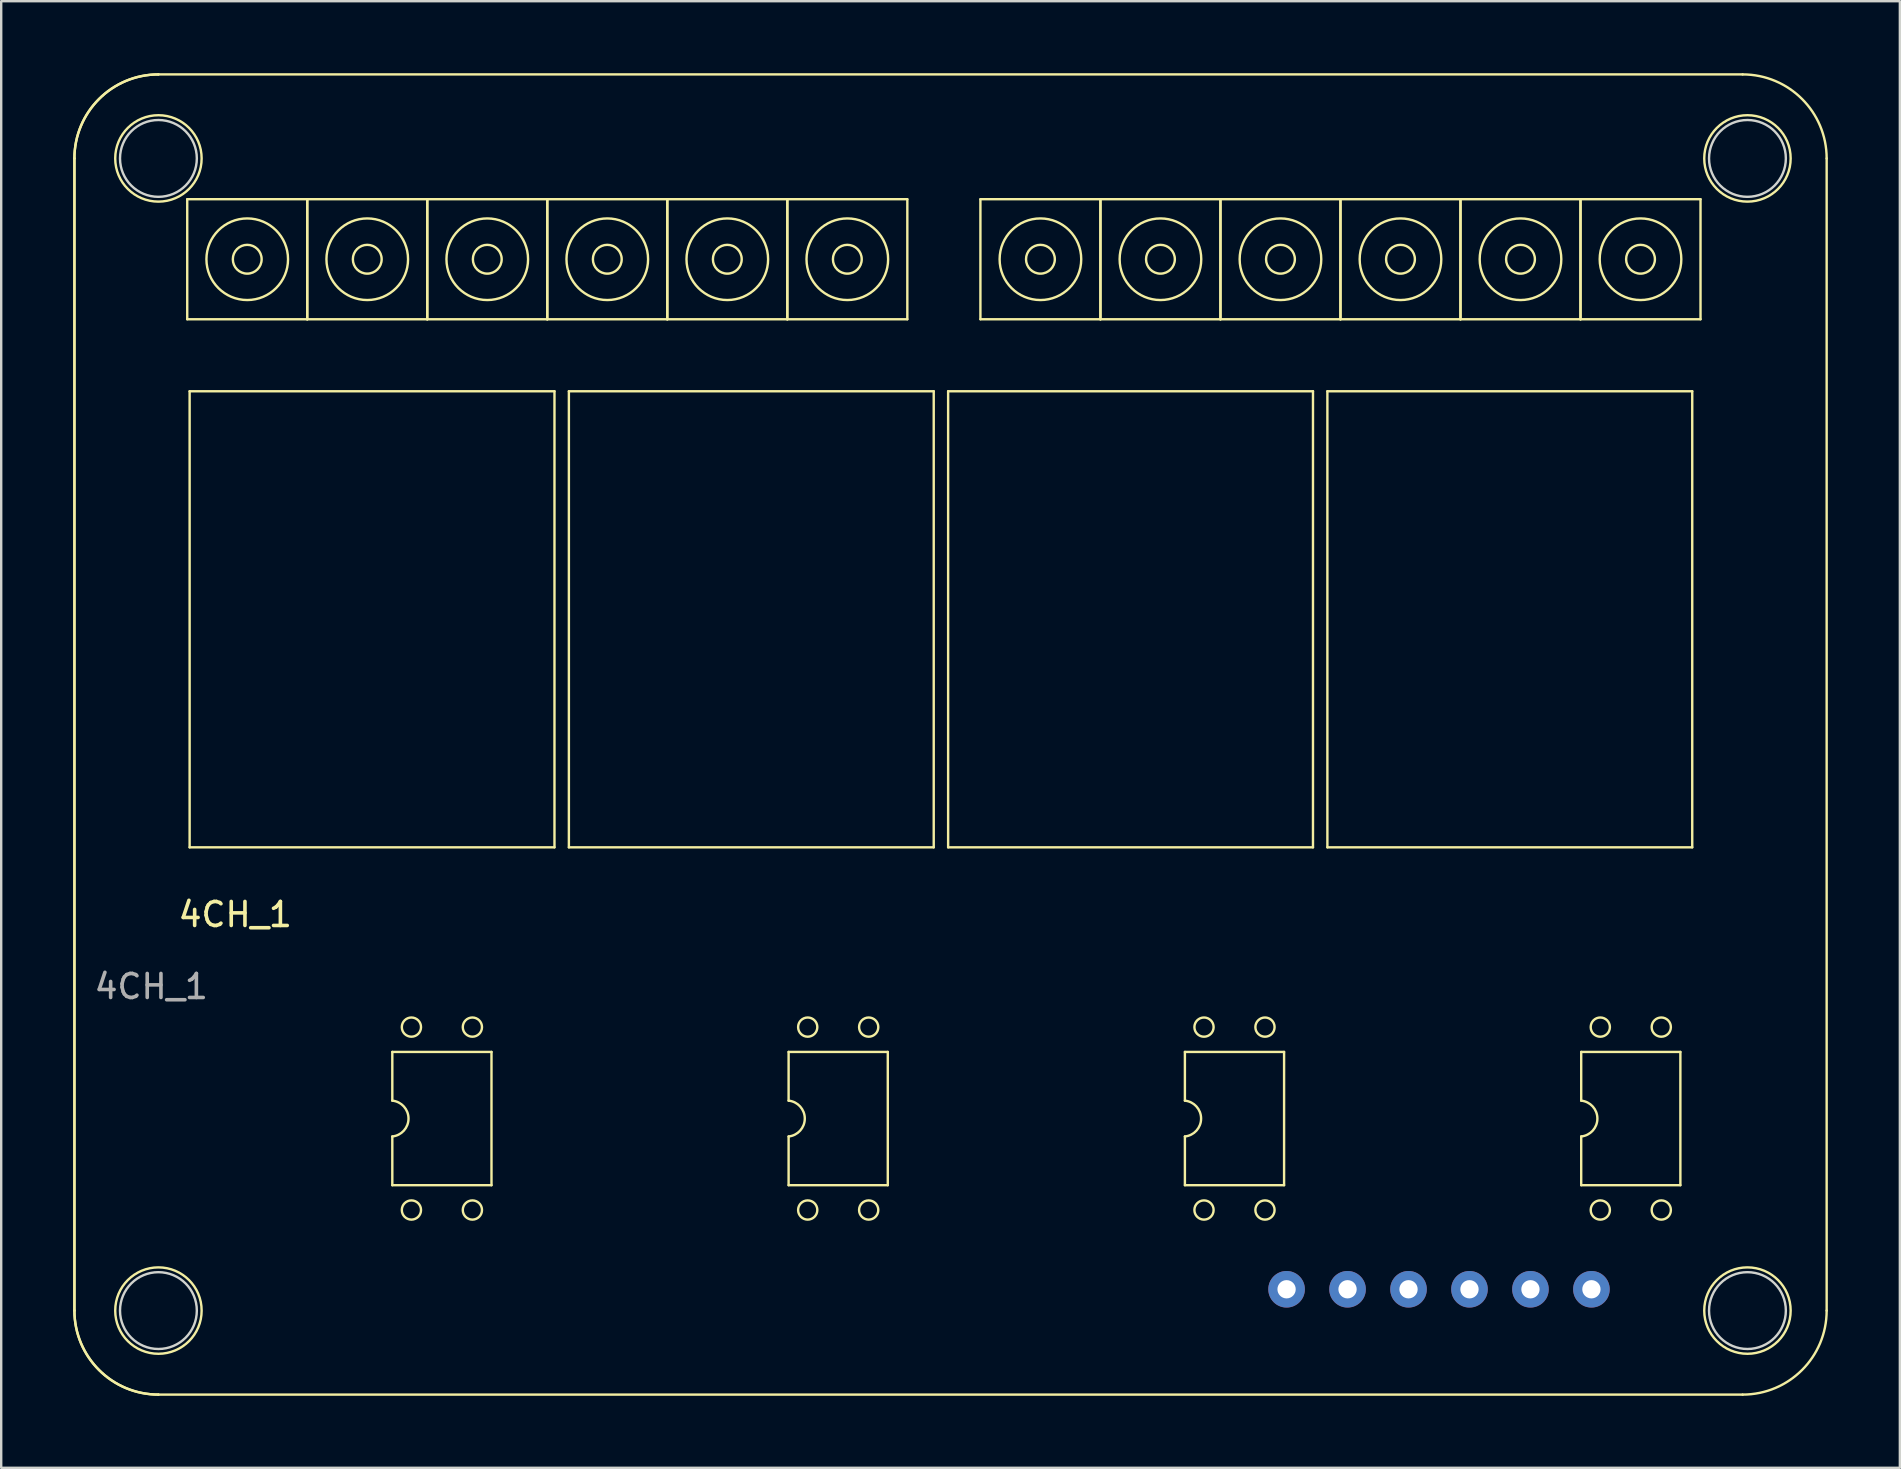
<source format=kicad_pcb>
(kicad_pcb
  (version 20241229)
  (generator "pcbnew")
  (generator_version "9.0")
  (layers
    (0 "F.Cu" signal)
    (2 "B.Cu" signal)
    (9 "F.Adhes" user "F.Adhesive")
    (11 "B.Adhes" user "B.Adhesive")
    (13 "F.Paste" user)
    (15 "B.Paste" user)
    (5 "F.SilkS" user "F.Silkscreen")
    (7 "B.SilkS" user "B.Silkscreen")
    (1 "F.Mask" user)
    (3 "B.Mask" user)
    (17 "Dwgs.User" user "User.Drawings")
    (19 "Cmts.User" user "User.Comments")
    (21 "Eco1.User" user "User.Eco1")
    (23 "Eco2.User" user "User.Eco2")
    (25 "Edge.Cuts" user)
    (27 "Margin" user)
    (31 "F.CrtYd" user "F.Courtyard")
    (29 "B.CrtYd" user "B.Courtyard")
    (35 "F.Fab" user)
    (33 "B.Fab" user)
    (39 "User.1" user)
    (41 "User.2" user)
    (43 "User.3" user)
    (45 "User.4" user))
  (footprint "4CH_1"
    (layer "F.Cu")
    (at 3.55 3.55)
    (property "Reference" "4CH_1" (at 3.2 31.5 0) (unlocked yes) (layer "F.SilkS") (effects (font (size 1 1) (thickness 0.15))))
    (attr through_hole)
    (fp_line (start -3.5 0.000001) (end -3.5 48) (stroke (width 0.1) (type solid)) (layer "F.SilkS"))
    (fp_line (start -3.5 0.000001) (end -3.5 48) (stroke (width 0.1) (type solid)) (layer "F.SilkS"))
    (fp_line (start 0.000001 51.5) (end 66 51.5) (stroke (width 0.1) (type solid)) (layer "F.SilkS"))
    (fp_line (start 1.2 1.7) (end 1.2 6.7) (stroke (width 0.1) (type solid)) (layer "F.SilkS"))
    (fp_line (start 1.2 6.7) (end 6.2 6.7) (stroke (width 0.1) (type solid)) (layer "F.SilkS"))
    (fp_line (start 1.3 9.7) (end 1.3 28.7) (stroke (width 0.1) (type solid)) (layer "F.SilkS"))
    (fp_line (start 1.3 28.7) (end 16.5 28.7) (stroke (width 0.1) (type solid)) (layer "F.SilkS"))
    (fp_line (start 6.2 1.7) (end 1.2 1.7) (stroke (width 0.1) (type solid)) (layer "F.SilkS"))
    (fp_line (start 6.2 1.7) (end 6.2 6.7) (stroke (width 0.1) (type solid)) (layer "F.SilkS"))
    (fp_line (start 6.2 6.7) (end 6.2 1.7) (stroke (width 0.1) (type solid)) (layer "F.SilkS"))
    (fp_line (start 6.2 6.7) (end 11.2 6.7) (stroke (width 0.1) (type solid)) (layer "F.SilkS"))
    (fp_line (start 9.744 37.224) (end 9.744 39.254) (stroke (width 0.1) (type solid)) (layer "F.SilkS"))
    (fp_line (start 9.744 40.746) (end 9.744 42.776) (stroke (width 0.1) (type solid)) (layer "F.SilkS"))
    (fp_line (start 9.744 42.776) (end 13.876 42.776) (stroke (width 0.1) (type solid)) (layer "F.SilkS"))
    (fp_line (start 11.2 1.7) (end 6.2 1.7) (stroke (width 0.1) (type solid)) (layer "F.SilkS"))
    (fp_line (start 11.2 1.7) (end 11.2 6.7) (stroke (width 0.1) (type solid)) (layer "F.SilkS"))
    (fp_line (start 11.2 6.7) (end 11.2 1.7) (stroke (width 0.1) (type solid)) (layer "F.SilkS"))
    (fp_line (start 11.2 6.7) (end 16.2 6.7) (stroke (width 0.1) (type solid)) (layer "F.SilkS"))
    (fp_line (start 13.876 37.224) (end 9.744 37.224) (stroke (width 0.1) (type solid)) (layer "F.SilkS"))
    (fp_line (start 13.876 42.776) (end 13.876 37.224) (stroke (width 0.1) (type solid)) (layer "F.SilkS"))
    (fp_line (start 16.2 1.7) (end 11.2 1.7) (stroke (width 0.1) (type solid)) (layer "F.SilkS"))
    (fp_line (start 16.2 1.7) (end 16.2 6.7) (stroke (width 0.1) (type solid)) (layer "F.SilkS"))
    (fp_line (start 16.2 6.7) (end 16.2 1.7) (stroke (width 0.1) (type solid)) (layer "F.SilkS"))
    (fp_line (start 16.2 6.7) (end 21.2 6.7) (stroke (width 0.1) (type solid)) (layer "F.SilkS"))
    (fp_line (start 16.5 9.7) (end 1.3 9.7) (stroke (width 0.1) (type solid)) (layer "F.SilkS"))
    (fp_line (start 16.5 28.7) (end 16.5 9.7) (stroke (width 0.1) (type solid)) (layer "F.SilkS"))
    (fp_line (start 17.1 9.7) (end 17.1 28.7) (stroke (width 0.1) (type solid)) (layer "F.SilkS"))
    (fp_line (start 17.1 28.7) (end 32.3 28.7) (stroke (width 0.1) (type solid)) (layer "F.SilkS"))
    (fp_line (start 21.2 1.7) (end 16.2 1.7) (stroke (width 0.1) (type solid)) (layer "F.SilkS"))
    (fp_line (start 21.2 1.7) (end 21.2 6.7) (stroke (width 0.1) (type solid)) (layer "F.SilkS"))
    (fp_line (start 21.2 6.7) (end 21.2 1.7) (stroke (width 0.1) (type solid)) (layer "F.SilkS"))
    (fp_line (start 21.2 6.7) (end 26.2 6.7) (stroke (width 0.1) (type solid)) (layer "F.SilkS"))
    (fp_line (start 26.2 1.7) (end 21.2 1.7) (stroke (width 0.1) (type solid)) (layer "F.SilkS"))
    (fp_line (start 26.2 1.7) (end 26.2 6.7) (stroke (width 0.1) (type solid)) (layer "F.SilkS"))
    (fp_line (start 26.2 6.7) (end 26.2 1.7) (stroke (width 0.1) (type solid)) (layer "F.SilkS"))
    (fp_line (start 26.2 6.7) (end 31.2 6.7) (stroke (width 0.1) (type solid)) (layer "F.SilkS"))
    (fp_line (start 26.254 37.224) (end 26.254 39.254) (stroke (width 0.1) (type solid)) (layer "F.SilkS"))
    (fp_line (start 26.254 40.746) (end 26.254 42.776) (stroke (width 0.1) (type solid)) (layer "F.SilkS"))
    (fp_line (start 26.254 42.776) (end 30.386 42.776) (stroke (width 0.1) (type solid)) (layer "F.SilkS"))
    (fp_line (start 30.386 37.224) (end 26.254 37.224) (stroke (width 0.1) (type solid)) (layer "F.SilkS"))
    (fp_line (start 30.386 42.776) (end 30.386 37.224) (stroke (width 0.1) (type solid)) (layer "F.SilkS"))
    (fp_line (start 31.2 1.7) (end 26.2 1.7) (stroke (width 0.1) (type solid)) (layer "F.SilkS"))
    (fp_line (start 31.2 6.7) (end 31.2 1.7) (stroke (width 0.1) (type solid)) (layer "F.SilkS"))
    (fp_line (start 32.3 9.7) (end 17.1 9.7) (stroke (width 0.1) (type solid)) (layer "F.SilkS"))
    (fp_line (start 32.3 28.7) (end 32.3 9.7) (stroke (width 0.1) (type solid)) (layer "F.SilkS"))
    (fp_line (start 32.9 9.7) (end 32.9 28.7) (stroke (width 0.1) (type solid)) (layer "F.SilkS"))
    (fp_line (start 32.9 28.7) (end 48.1 28.7) (stroke (width 0.1) (type solid)) (layer "F.SilkS"))
    (fp_line (start 34.245 1.7) (end 34.245 6.7) (stroke (width 0.1) (type solid)) (layer "F.SilkS"))
    (fp_line (start 34.245 6.7) (end 39.245 6.7) (stroke (width 0.1) (type solid)) (layer "F.SilkS"))
    (fp_line (start 39.245 1.7) (end 34.245 1.7) (stroke (width 0.1) (type solid)) (layer "F.SilkS"))
    (fp_line (start 39.245 1.7) (end 39.245 6.7) (stroke (width 0.1) (type solid)) (layer "F.SilkS"))
    (fp_line (start 39.245 6.7) (end 39.245 1.7) (stroke (width 0.1) (type solid)) (layer "F.SilkS"))
    (fp_line (start 39.245 6.7) (end 44.245 6.7) (stroke (width 0.1) (type solid)) (layer "F.SilkS"))
    (fp_line (start 42.764 37.224) (end 42.764 39.254) (stroke (width 0.1) (type solid)) (layer "F.SilkS"))
    (fp_line (start 42.764 40.746) (end 42.764 42.776) (stroke (width 0.1) (type solid)) (layer "F.SilkS"))
    (fp_line (start 42.764 42.776) (end 46.896 42.776) (stroke (width 0.1) (type solid)) (layer "F.SilkS"))
    (fp_line (start 44.245 1.7) (end 39.245 1.7) (stroke (width 0.1) (type solid)) (layer "F.SilkS"))
    (fp_line (start 44.245 1.7) (end 44.245 6.7) (stroke (width 0.1) (type solid)) (layer "F.SilkS"))
    (fp_line (start 44.245 6.7) (end 44.245 1.7) (stroke (width 0.1) (type solid)) (layer "F.SilkS"))
    (fp_line (start 44.245 6.7) (end 49.245 6.7) (stroke (width 0.1) (type solid)) (layer "F.SilkS"))
    (fp_line (start 46.896 37.224) (end 42.764 37.224) (stroke (width 0.1) (type solid)) (layer "F.SilkS"))
    (fp_line (start 46.896 42.776) (end 46.896 37.224) (stroke (width 0.1) (type solid)) (layer "F.SilkS"))
    (fp_line (start 48.1 9.7) (end 32.9 9.7) (stroke (width 0.1) (type solid)) (layer "F.SilkS"))
    (fp_line (start 48.1 28.7) (end 48.1 9.7) (stroke (width 0.1) (type solid)) (layer "F.SilkS"))
    (fp_line (start 48.7 9.7) (end 48.7 28.7) (stroke (width 0.1) (type solid)) (layer "F.SilkS"))
    (fp_line (start 48.7 28.7) (end 63.9 28.7) (stroke (width 0.1) (type solid)) (layer "F.SilkS"))
    (fp_line (start 49.245 1.7) (end 44.245 1.7) (stroke (width 0.1) (type solid)) (layer "F.SilkS"))
    (fp_line (start 49.245 1.7) (end 49.245 6.7) (stroke (width 0.1) (type solid)) (layer "F.SilkS"))
    (fp_line (start 49.245 6.7) (end 49.245 1.7) (stroke (width 0.1) (type solid)) (layer "F.SilkS"))
    (fp_line (start 49.245 6.7) (end 54.245 6.7) (stroke (width 0.1) (type solid)) (layer "F.SilkS"))
    (fp_line (start 54.245 1.7) (end 49.245 1.7) (stroke (width 0.1) (type solid)) (layer "F.SilkS"))
    (fp_line (start 54.245 1.7) (end 54.245 6.7) (stroke (width 0.1) (type solid)) (layer "F.SilkS"))
    (fp_line (start 54.245 6.7) (end 54.245 1.7) (stroke (width 0.1) (type solid)) (layer "F.SilkS"))
    (fp_line (start 54.245 6.7) (end 59.245 6.7) (stroke (width 0.1) (type solid)) (layer "F.SilkS"))
    (fp_line (start 59.245 1.7) (end 54.245 1.7) (stroke (width 0.1) (type solid)) (layer "F.SilkS"))
    (fp_line (start 59.245 1.7) (end 59.245 6.7) (stroke (width 0.1) (type solid)) (layer "F.SilkS"))
    (fp_line (start 59.245 6.7) (end 59.245 1.7) (stroke (width 0.1) (type solid)) (layer "F.SilkS"))
    (fp_line (start 59.245 6.7) (end 64.245 6.7) (stroke (width 0.1) (type solid)) (layer "F.SilkS"))
    (fp_line (start 59.274 37.224) (end 59.274 39.254) (stroke (width 0.1) (type solid)) (layer "F.SilkS"))
    (fp_line (start 59.274 40.746) (end 59.274 42.776) (stroke (width 0.1) (type solid)) (layer "F.SilkS"))
    (fp_line (start 59.274 42.776) (end 63.406 42.776) (stroke (width 0.1) (type solid)) (layer "F.SilkS"))
    (fp_line (start 63.406 37.224) (end 59.274 37.224) (stroke (width 0.1) (type solid)) (layer "F.SilkS"))
    (fp_line (start 63.406 42.776) (end 63.406 37.224) (stroke (width 0.1) (type solid)) (layer "F.SilkS"))
    (fp_line (start 63.9 9.7) (end 48.7 9.7) (stroke (width 0.1) (type solid)) (layer "F.SilkS"))
    (fp_line (start 63.9 28.7) (end 63.9 9.7) (stroke (width 0.1) (type solid)) (layer "F.SilkS"))
    (fp_line (start 64.245 1.7) (end 59.245 1.7) (stroke (width 0.1) (type solid)) (layer "F.SilkS"))
    (fp_line (start 64.245 6.7) (end 64.245 1.7) (stroke (width 0.1) (type solid)) (layer "F.SilkS"))
    (fp_line (start 66 -3.5) (end 0.000001 -3.5) (stroke (width 0.1) (type solid)) (layer "F.SilkS"))
    (fp_line (start 69.5 48) (end 69.5 0.000001) (stroke (width 0.1) (type solid)) (layer "F.SilkS"))
    (fp_arc (start -3.499999 0.000001) (mid -2.474873 -2.474873) (end 0.000001 -3.499999) (stroke (width 0.1) (type solid)) (layer "F.SilkS"))
    (fp_arc (start -3.499999 0.000001) (mid -2.474873 -2.474873) (end 0.000001 -3.499999) (stroke (width 0.1) (type solid)) (layer "F.SilkS"))
    (fp_arc (start 0.000001 51.500001) (mid -2.474846 50.474848) (end -3.499999 48.000001) (stroke (width 0.1) (type solid)) (layer "F.SilkS"))
    (fp_arc (start 0.000001 51.500001) (mid -2.474846 50.474848) (end -3.499999 48.000001) (stroke (width 0.1) (type solid)) (layer "F.SilkS"))
    (fp_arc (start 9.743724 39.25376) (mid 10.41875 39.999997) (end 9.743724 40.746242) (stroke (width 0.1) (type solid)) (layer "F.SilkS"))
    (fp_arc (start 26.253724 39.25376) (mid 26.92875 39.999997) (end 26.253724 40.746242) (stroke (width 0.1) (type solid)) (layer "F.SilkS"))
    (fp_arc (start 42.763724 39.25376) (mid 43.438843 40.000024) (end 42.763724 40.746242) (stroke (width 0.1) (type solid)) (layer "F.SilkS"))
    (fp_arc (start 59.273724 39.25376) (mid 59.948843 40.000024) (end 59.273724 40.746242) (stroke (width 0.1) (type solid)) (layer "F.SilkS"))
    (fp_arc (start 66.000001 -3.499999) (mid 68.47493 -2.474913) (end 69.500001 0.000001) (stroke (width 0.1) (type solid)) (layer "F.SilkS"))
    (fp_arc (start 69.500001 48.000001) (mid 68.474882 50.474882) (end 66.000001 51.500001) (stroke (width 0.1) (type solid)) (layer "F.SilkS"))
    (fp_circle (center 0.000001 0.000001) (end 1.8 0.000001) (stroke (width 0.1) (type solid)) (fill no) (layer "F.SilkS"))
    (fp_circle (center 0.000001 48) (end 1.8 48) (stroke (width 0.1) (type solid)) (fill no) (layer "F.SilkS"))
    (fp_circle (center 3.7 4.2) (end 2 4.2) (stroke (width 0.1) (type solid)) (fill no) (layer "F.SilkS"))
    (fp_circle (center 3.7 4.2) (end 3.1 4.2) (stroke (width 0.1) (type solid)) (fill no) (layer "F.SilkS"))
    (fp_circle (center 8.7 4.2) (end 7 4.2) (stroke (width 0.1) (type solid)) (fill no) (layer "F.SilkS"))
    (fp_circle (center 8.7 4.2) (end 8.1 4.2) (stroke (width 0.1) (type solid)) (fill no) (layer "F.SilkS"))
    (fp_circle (center 10.54 36.19) (end 10.14 36.19) (stroke (width 0.1) (type solid)) (fill no) (layer "F.SilkS"))
    (fp_circle (center 10.54 43.81) (end 10.14 43.81) (stroke (width 0.1) (type solid)) (fill no) (layer "F.SilkS"))
    (fp_circle (center 13.08 36.19) (end 12.68 36.19) (stroke (width 0.1) (type solid)) (fill no) (layer "F.SilkS"))
    (fp_circle (center 13.08 43.81) (end 12.68 43.81) (stroke (width 0.1) (type solid)) (fill no) (layer "F.SilkS"))
    (fp_circle (center 13.7 4.2) (end 12 4.2) (stroke (width 0.1) (type solid)) (fill no) (layer "F.SilkS"))
    (fp_circle (center 13.7 4.2) (end 13.1 4.2) (stroke (width 0.1) (type solid)) (fill no) (layer "F.SilkS"))
    (fp_circle (center 18.7 4.2) (end 17 4.2) (stroke (width 0.1) (type solid)) (fill no) (layer "F.SilkS"))
    (fp_circle (center 18.7 4.2) (end 18.1 4.2) (stroke (width 0.1) (type solid)) (fill no) (layer "F.SilkS"))
    (fp_circle (center 23.7 4.2) (end 22 4.2) (stroke (width 0.1) (type solid)) (fill no) (layer "F.SilkS"))
    (fp_circle (center 23.7 4.2) (end 23.1 4.2) (stroke (width 0.1) (type solid)) (fill no) (layer "F.SilkS"))
    (fp_circle (center 27.05 36.19) (end 26.65 36.19) (stroke (width 0.1) (type solid)) (fill no) (layer "F.SilkS"))
    (fp_circle (center 27.05 43.81) (end 26.65 43.81) (stroke (width 0.1) (type solid)) (fill no) (layer "F.SilkS"))
    (fp_circle (center 28.7 4.2) (end 27 4.2) (stroke (width 0.1) (type solid)) (fill no) (layer "F.SilkS"))
    (fp_circle (center 28.7 4.2) (end 28.1 4.2) (stroke (width 0.1) (type solid)) (fill no) (layer "F.SilkS"))
    (fp_circle (center 29.59 36.19) (end 29.19 36.19) (stroke (width 0.1) (type solid)) (fill no) (layer "F.SilkS"))
    (fp_circle (center 29.59 43.81) (end 29.19 43.81) (stroke (width 0.1) (type solid)) (fill no) (layer "F.SilkS"))
    (fp_circle (center 36.745 4.2) (end 35.045 4.2) (stroke (width 0.1) (type solid)) (fill no) (layer "F.SilkS"))
    (fp_circle (center 36.745 4.2) (end 36.145 4.2) (stroke (width 0.1) (type solid)) (fill no) (layer "F.SilkS"))
    (fp_circle (center 41.745 4.2) (end 40.045 4.2) (stroke (width 0.1) (type solid)) (fill no) (layer "F.SilkS"))
    (fp_circle (center 41.745 4.2) (end 41.145 4.2) (stroke (width 0.1) (type solid)) (fill no) (layer "F.SilkS"))
    (fp_circle (center 43.56 36.19) (end 43.16 36.19) (stroke (width 0.1) (type solid)) (fill no) (layer "F.SilkS"))
    (fp_circle (center 43.56 43.81) (end 43.16 43.81) (stroke (width 0.1) (type solid)) (fill no) (layer "F.SilkS"))
    (fp_circle (center 46.1 36.19) (end 45.7 36.19) (stroke (width 0.1) (type solid)) (fill no) (layer "F.SilkS"))
    (fp_circle (center 46.1 43.81) (end 45.7 43.81) (stroke (width 0.1) (type solid)) (fill no) (layer "F.SilkS"))
    (fp_circle (center 46.745 4.2) (end 45.045 4.2) (stroke (width 0.1) (type solid)) (fill no) (layer "F.SilkS"))
    (fp_circle (center 46.745 4.2) (end 46.145 4.2) (stroke (width 0.1) (type solid)) (fill no) (layer "F.SilkS"))
    (fp_circle (center 51.745 4.2) (end 50.045 4.2) (stroke (width 0.1) (type solid)) (fill no) (layer "F.SilkS"))
    (fp_circle (center 51.745 4.2) (end 51.145 4.2) (stroke (width 0.1) (type solid)) (fill no) (layer "F.SilkS"))
    (fp_circle (center 56.745 4.2) (end 55.045 4.2) (stroke (width 0.1) (type solid)) (fill no) (layer "F.SilkS"))
    (fp_circle (center 56.745 4.2) (end 56.145 4.2) (stroke (width 0.1) (type solid)) (fill no) (layer "F.SilkS"))
    (fp_circle (center 60.07 36.19) (end 59.67 36.19) (stroke (width 0.1) (type solid)) (fill no) (layer "F.SilkS"))
    (fp_circle (center 60.07 43.81) (end 59.67 43.81) (stroke (width 0.1) (type solid)) (fill no) (layer "F.SilkS"))
    (fp_circle (center 61.745 4.2) (end 60.045 4.2) (stroke (width 0.1) (type solid)) (fill no) (layer "F.SilkS"))
    (fp_circle (center 61.745 4.2) (end 61.145 4.2) (stroke (width 0.1) (type solid)) (fill no) (layer "F.SilkS"))
    (fp_circle (center 62.61 36.19) (end 62.21 36.19) (stroke (width 0.1) (type solid)) (fill no) (layer "F.SilkS"))
    (fp_circle (center 62.61 43.81) (end 62.21 43.81) (stroke (width 0.1) (type solid)) (fill no) (layer "F.SilkS"))
    (fp_circle (center 66.2 0.000001) (end 68 0.000001) (stroke (width 0.1) (type solid)) (fill no) (layer "F.SilkS"))
    (fp_circle (center 66.2 48) (end 68 48) (stroke (width 0.1) (type solid)) (fill no) (layer "F.SilkS"))
    (fp_rect (start 46.06 46.2) (end 60.66 48.1) (stroke (width 0.12) (type solid)) (fill no) (layer "Eco1.User"))
    (fp_circle (center 47 47.112) (end 47.5 47.112) (stroke (width 0.1) (type solid)) (fill no) (layer "Eco1.User"))
    (fp_circle (center 49.54 47.112) (end 50.04 47.112) (stroke (width 0.1) (type solid)) (fill no) (layer "Eco1.User"))
    (fp_circle (center 52.08 47.112) (end 52.58 47.112) (stroke (width 0.1) (type solid)) (fill no) (layer "Eco1.User"))
    (fp_circle (center 54.62 47.112) (end 55.12 47.112) (stroke (width 0.1) (type solid)) (fill no) (layer "Eco1.User"))
    (fp_circle (center 57.16 47.112) (end 57.66 47.112) (stroke (width 0.1) (type solid)) (fill no) (layer "Eco1.User"))
    (fp_circle (center 59.7 47.112) (end 60.2 47.112) (stroke (width 0.1) (type solid)) (fill no) (layer "Eco1.User"))
    (fp_circle (center 0.000001 0.000001) (end 1.6 0.000001) (stroke (width 0.1) (type solid)) (fill no) (layer "Edge.Cuts"))
    (fp_circle (center 0.000001 48) (end 1.6 48) (stroke (width 0.1) (type solid)) (fill no) (layer "Edge.Cuts"))
    (fp_circle (center 66.2 0.000001) (end 67.8 0.000001) (stroke (width 0.1) (type solid)) (fill no) (layer "Edge.Cuts"))
    (fp_circle (center 66.2 48) (end 67.8 48) (stroke (width 0.1) (type solid)) (fill no) (layer "Edge.Cuts"))
    (fp_text user "${REFERENCE}" (at -0.3 34.5 0) (unlocked yes) (layer "F.Fab") (effects (font (size 1 1) (thickness 0.15))))
    (pad "1" thru_hole circle (at 47 47.112) (size 1.524 1.524) (drill 0.762) (layers "*.Cu" "*.Mask"))
    (pad "2" thru_hole circle (at 49.54 47.112) (size 1.524 1.524) (drill 0.762) (layers "*.Cu" "*.Mask"))
    (pad "3" thru_hole circle (at 52.08 47.112) (size 1.524 1.524) (drill 0.762) (layers "*.Cu" "*.Mask"))
    (pad "4" thru_hole circle (at 54.62 47.112) (size 1.524 1.524) (drill 0.762) (layers "*.Cu" "*.Mask"))
    (pad "5" thru_hole circle (at 57.16 47.112) (size 1.524 1.524) (drill 0.762) (layers "*.Cu" "*.Mask"))
    (pad "6" thru_hole circle (at 59.7 47.112) (size 1.524 1.524) (drill 0.762) (layers "*.Cu" "*.Mask")))
  (gr_rect
    (start -3 -3)
    (end 76.1 58.1)
    (stroke (width 0.1) (type default))
    (fill no)
    (layer "Edge.Cuts")))
</source>
